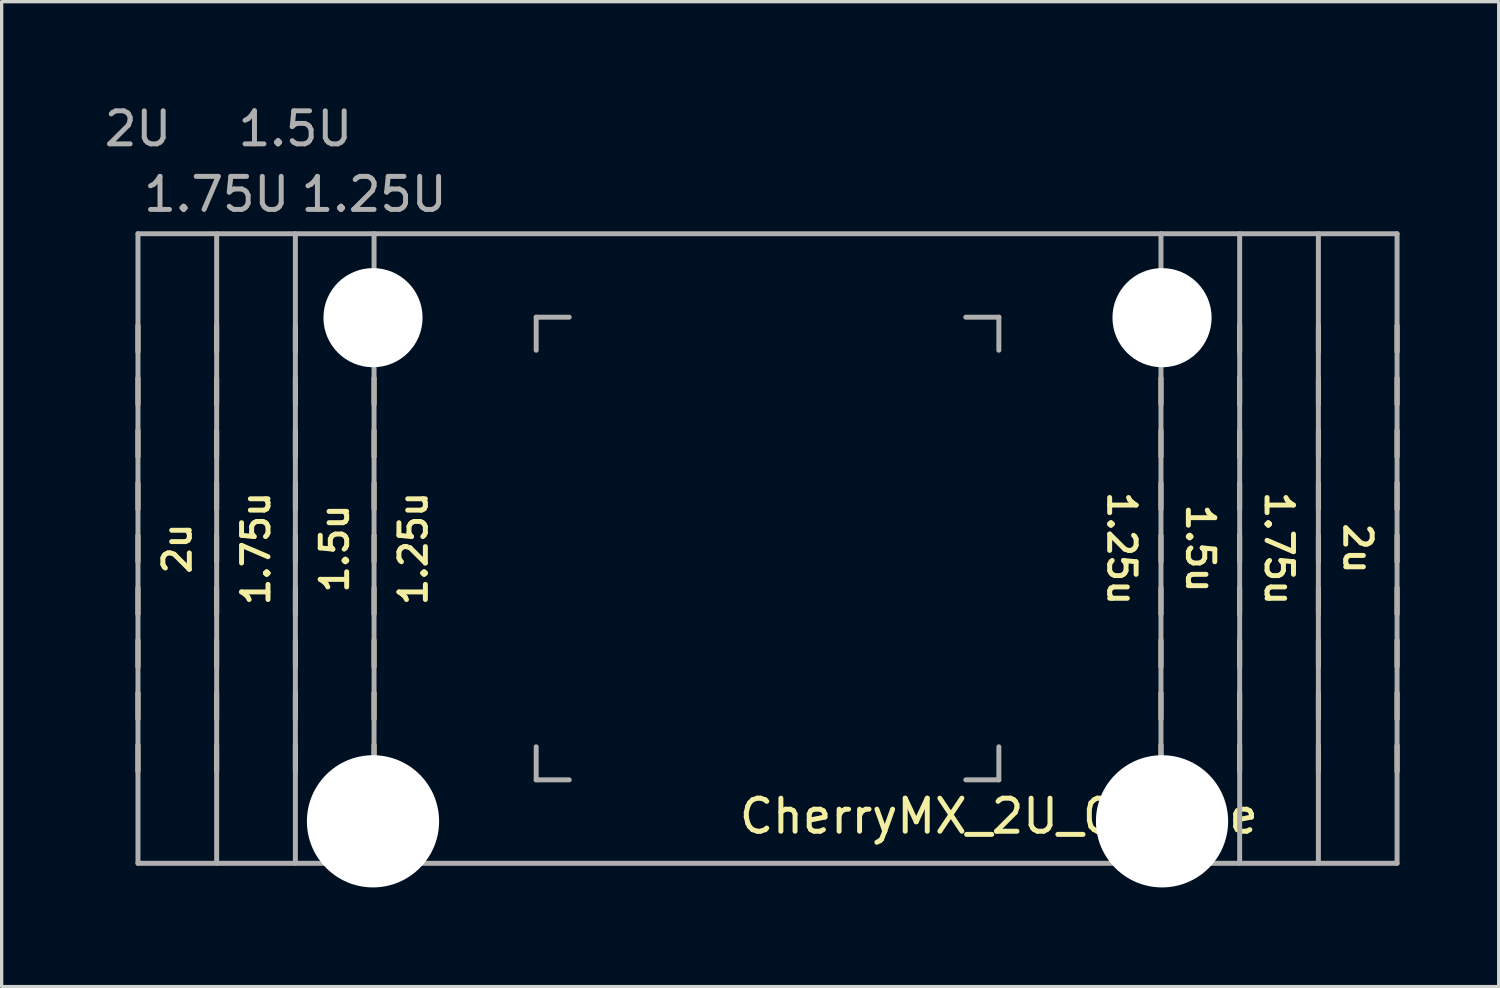
<source format=kicad_pcb>
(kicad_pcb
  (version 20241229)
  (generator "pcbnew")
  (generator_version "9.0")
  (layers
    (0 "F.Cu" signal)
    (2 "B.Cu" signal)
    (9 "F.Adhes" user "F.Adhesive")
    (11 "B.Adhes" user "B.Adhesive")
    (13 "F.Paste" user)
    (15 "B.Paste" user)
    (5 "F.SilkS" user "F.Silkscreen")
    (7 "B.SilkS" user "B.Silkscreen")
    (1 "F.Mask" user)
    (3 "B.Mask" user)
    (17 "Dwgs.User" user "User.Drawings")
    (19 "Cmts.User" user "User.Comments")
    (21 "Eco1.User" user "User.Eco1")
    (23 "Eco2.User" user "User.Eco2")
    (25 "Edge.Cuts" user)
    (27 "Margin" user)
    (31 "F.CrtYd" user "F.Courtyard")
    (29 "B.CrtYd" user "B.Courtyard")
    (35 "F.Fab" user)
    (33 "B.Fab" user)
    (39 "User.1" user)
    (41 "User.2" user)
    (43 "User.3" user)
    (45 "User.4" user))
  (footprint "CherryMX_2U_Outline"
    (layer "F.Cu")
    (at 20.175 13.548)
    (property "Reference" "CherryMX_2U_Outline" (at 7 8.1 0) (layer "F.SilkS") (effects (font (size 1 1) (thickness 0.15))))
    (attr through_hole)
    (fp_line (start -19.05 -5.953) (end -19.05 -6.747) (stroke (width 0.15) (type solid)) (layer "F.SilkS"))
    (fp_line (start -19.05 -4.366) (end -19.05 -5.159) (stroke (width 0.15) (type solid)) (layer "F.SilkS"))
    (fp_line (start -19.05 -2.778) (end -19.05 -3.572) (stroke (width 0.15) (type solid)) (layer "F.SilkS"))
    (fp_line (start -19.05 -1.191) (end -19.05 -1.984) (stroke (width 0.15) (type solid)) (layer "F.SilkS"))
    (fp_line (start -19.05 -0.397) (end -19.05 0.397) (stroke (width 0.15) (type solid)) (layer "F.SilkS"))
    (fp_line (start -19.05 1.191) (end -19.05 1.984) (stroke (width 0.15) (type solid)) (layer "F.SilkS"))
    (fp_line (start -19.05 2.778) (end -19.05 3.572) (stroke (width 0.15) (type solid)) (layer "F.SilkS"))
    (fp_line (start -19.05 4.366) (end -19.05 5.159) (stroke (width 0.15) (type solid)) (layer "F.SilkS"))
    (fp_line (start -19.05 5.953) (end -19.05 6.747) (stroke (width 0.15) (type solid)) (layer "F.SilkS"))
    (fp_line (start -16.669 -5.953) (end -16.669 -6.747) (stroke (width 0.15) (type solid)) (layer "F.SilkS"))
    (fp_line (start -16.669 -4.366) (end -16.669 -5.159) (stroke (width 0.15) (type solid)) (layer "F.SilkS"))
    (fp_line (start -16.669 -2.778) (end -16.669 -3.572) (stroke (width 0.15) (type solid)) (layer "F.SilkS"))
    (fp_line (start -16.669 -1.191) (end -16.669 -1.984) (stroke (width 0.15) (type solid)) (layer "F.SilkS"))
    (fp_line (start -16.669 -0.397) (end -16.669 0.397) (stroke (width 0.15) (type solid)) (layer "F.SilkS"))
    (fp_line (start -16.669 1.191) (end -16.669 1.984) (stroke (width 0.15) (type solid)) (layer "F.SilkS"))
    (fp_line (start -16.669 2.778) (end -16.669 3.572) (stroke (width 0.15) (type solid)) (layer "F.SilkS"))
    (fp_line (start -16.669 4.366) (end -16.669 5.159) (stroke (width 0.15) (type solid)) (layer "F.SilkS"))
    (fp_line (start -16.669 5.953) (end -16.669 6.747) (stroke (width 0.15) (type solid)) (layer "F.SilkS"))
    (fp_line (start -14.287 -5.953) (end -14.287 -6.747) (stroke (width 0.15) (type solid)) (layer "F.SilkS"))
    (fp_line (start -14.287 -4.366) (end -14.287 -5.159) (stroke (width 0.15) (type solid)) (layer "F.SilkS"))
    (fp_line (start -14.287 -2.778) (end -14.287 -3.572) (stroke (width 0.15) (type solid)) (layer "F.SilkS"))
    (fp_line (start -14.287 -1.191) (end -14.287 -1.984) (stroke (width 0.15) (type solid)) (layer "F.SilkS"))
    (fp_line (start -14.287 -0.397) (end -14.287 0.397) (stroke (width 0.15) (type solid)) (layer "F.SilkS"))
    (fp_line (start -14.287 1.191) (end -14.287 1.984) (stroke (width 0.15) (type solid)) (layer "F.SilkS"))
    (fp_line (start -14.287 2.778) (end -14.287 3.572) (stroke (width 0.15) (type solid)) (layer "F.SilkS"))
    (fp_line (start -14.287 4.366) (end -14.287 5.159) (stroke (width 0.15) (type solid)) (layer "F.SilkS"))
    (fp_line (start -14.287 5.953) (end -14.287 6.747) (stroke (width 0.15) (type solid)) (layer "F.SilkS"))
    (fp_line (start -11.906 -5.953) (end -11.906 -6.747) (stroke (width 0.15) (type solid)) (layer "F.SilkS"))
    (fp_line (start -11.906 -4.366) (end -11.906 -5.159) (stroke (width 0.15) (type solid)) (layer "F.SilkS"))
    (fp_line (start -11.906 -2.778) (end -11.906 -3.572) (stroke (width 0.15) (type solid)) (layer "F.SilkS"))
    (fp_line (start -11.906 -1.191) (end -11.906 -1.984) (stroke (width 0.15) (type solid)) (layer "F.SilkS"))
    (fp_line (start -11.906 -0.397) (end -11.906 0.397) (stroke (width 0.15) (type solid)) (layer "F.SilkS"))
    (fp_line (start -11.906 1.191) (end -11.906 1.984) (stroke (width 0.15) (type solid)) (layer "F.SilkS"))
    (fp_line (start -11.906 2.778) (end -11.906 3.572) (stroke (width 0.15) (type solid)) (layer "F.SilkS"))
    (fp_line (start -11.906 4.366) (end -11.906 5.159) (stroke (width 0.15) (type solid)) (layer "F.SilkS"))
    (fp_line (start -11.906 5.953) (end -11.906 6.747) (stroke (width 0.15) (type solid)) (layer "F.SilkS"))
    (fp_line (start 11.906 -5.953) (end 11.906 -6.747) (stroke (width 0.15) (type solid)) (layer "F.SilkS"))
    (fp_line (start 11.906 -4.366) (end 11.906 -5.159) (stroke (width 0.15) (type solid)) (layer "F.SilkS"))
    (fp_line (start 11.906 -2.778) (end 11.906 -3.572) (stroke (width 0.15) (type solid)) (layer "F.SilkS"))
    (fp_line (start 11.906 -1.191) (end 11.906 -1.984) (stroke (width 0.15) (type solid)) (layer "F.SilkS"))
    (fp_line (start 11.906 -0.397) (end 11.906 0.397) (stroke (width 0.15) (type solid)) (layer "F.SilkS"))
    (fp_line (start 11.906 1.191) (end 11.906 1.984) (stroke (width 0.15) (type solid)) (layer "F.SilkS"))
    (fp_line (start 11.906 2.778) (end 11.906 3.572) (stroke (width 0.15) (type solid)) (layer "F.SilkS"))
    (fp_line (start 11.906 4.366) (end 11.906 5.159) (stroke (width 0.15) (type solid)) (layer "F.SilkS"))
    (fp_line (start 11.906 5.953) (end 11.906 6.747) (stroke (width 0.15) (type solid)) (layer "F.SilkS"))
    (fp_line (start 14.287 -5.953) (end 14.287 -6.747) (stroke (width 0.15) (type solid)) (layer "F.SilkS"))
    (fp_line (start 14.287 -4.366) (end 14.287 -5.159) (stroke (width 0.15) (type solid)) (layer "F.SilkS"))
    (fp_line (start 14.287 -2.778) (end 14.287 -3.572) (stroke (width 0.15) (type solid)) (layer "F.SilkS"))
    (fp_line (start 14.287 -1.191) (end 14.287 -1.984) (stroke (width 0.15) (type solid)) (layer "F.SilkS"))
    (fp_line (start 14.287 -0.397) (end 14.287 0.397) (stroke (width 0.15) (type solid)) (layer "F.SilkS"))
    (fp_line (start 14.287 1.191) (end 14.287 1.984) (stroke (width 0.15) (type solid)) (layer "F.SilkS"))
    (fp_line (start 14.287 2.778) (end 14.287 3.572) (stroke (width 0.15) (type solid)) (layer "F.SilkS"))
    (fp_line (start 14.287 4.366) (end 14.287 5.159) (stroke (width 0.15) (type solid)) (layer "F.SilkS"))
    (fp_line (start 14.287 5.953) (end 14.287 6.747) (stroke (width 0.15) (type solid)) (layer "F.SilkS"))
    (fp_line (start 16.669 -5.953) (end 16.669 -6.747) (stroke (width 0.15) (type solid)) (layer "F.SilkS"))
    (fp_line (start 16.669 -4.366) (end 16.669 -5.159) (stroke (width 0.15) (type solid)) (layer "F.SilkS"))
    (fp_line (start 16.669 -2.778) (end 16.669 -3.572) (stroke (width 0.15) (type solid)) (layer "F.SilkS"))
    (fp_line (start 16.669 -1.191) (end 16.669 -1.984) (stroke (width 0.15) (type solid)) (layer "F.SilkS"))
    (fp_line (start 16.669 -0.397) (end 16.669 0.397) (stroke (width 0.15) (type solid)) (layer "F.SilkS"))
    (fp_line (start 16.669 1.191) (end 16.669 1.984) (stroke (width 0.15) (type solid)) (layer "F.SilkS"))
    (fp_line (start 16.669 2.778) (end 16.669 3.572) (stroke (width 0.15) (type solid)) (layer "F.SilkS"))
    (fp_line (start 16.669 4.366) (end 16.669 5.159) (stroke (width 0.15) (type solid)) (layer "F.SilkS"))
    (fp_line (start 16.669 5.953) (end 16.669 6.747) (stroke (width 0.15) (type solid)) (layer "F.SilkS"))
    (fp_line (start 19.05 -5.953) (end 19.05 -6.747) (stroke (width 0.15) (type solid)) (layer "F.SilkS"))
    (fp_line (start 19.05 -4.366) (end 19.05 -5.159) (stroke (width 0.15) (type solid)) (layer "F.SilkS"))
    (fp_line (start 19.05 -2.778) (end 19.05 -3.572) (stroke (width 0.15) (type solid)) (layer "F.SilkS"))
    (fp_line (start 19.05 -1.191) (end 19.05 -1.984) (stroke (width 0.15) (type solid)) (layer "F.SilkS"))
    (fp_line (start 19.05 -0.397) (end 19.05 0.397) (stroke (width 0.15) (type solid)) (layer "F.SilkS"))
    (fp_line (start 19.05 1.191) (end 19.05 1.984) (stroke (width 0.15) (type solid)) (layer "F.SilkS"))
    (fp_line (start 19.05 2.778) (end 19.05 3.572) (stroke (width 0.15) (type solid)) (layer "F.SilkS"))
    (fp_line (start 19.05 4.366) (end 19.05 5.159) (stroke (width 0.15) (type solid)) (layer "F.SilkS"))
    (fp_line (start 19.05 5.953) (end 19.05 6.747) (stroke (width 0.15) (type solid)) (layer "F.SilkS"))
    (fp_line (start -19.05 -9.525) (end -19.05 9.525) (stroke (width 0.15) (type solid)) (layer "F.Fab"))
    (fp_line (start -19.05 -9.525) (end 19.05 -9.525) (stroke (width 0.15) (type solid)) (layer "F.Fab"))
    (fp_line (start -19.05 9.525) (end 19.05 9.525) (stroke (width 0.15) (type solid)) (layer "F.Fab"))
    (fp_line (start -16.669 -9.525) (end -16.669 9.525) (stroke (width 0.15) (type solid)) (layer "F.Fab"))
    (fp_line (start -14.287 -9.525) (end -14.287 9.525) (stroke (width 0.15) (type solid)) (layer "F.Fab"))
    (fp_line (start -11.906 -9.525) (end -11.906 9.525) (stroke (width 0.15) (type solid)) (layer "F.Fab"))
    (fp_line (start -7 -7) (end -7 -6) (stroke (width 0.15) (type solid)) (layer "F.Fab"))
    (fp_line (start -7 6) (end -7 7) (stroke (width 0.15) (type solid)) (layer "F.Fab"))
    (fp_line (start -7 7) (end -6 7) (stroke (width 0.15) (type solid)) (layer "F.Fab"))
    (fp_line (start -6 -7) (end -7 -7) (stroke (width 0.15) (type solid)) (layer "F.Fab"))
    (fp_line (start 6 -7) (end 7 -7) (stroke (width 0.15) (type solid)) (layer "F.Fab"))
    (fp_line (start 6 7) (end 7 7) (stroke (width 0.15) (type solid)) (layer "F.Fab"))
    (fp_line (start 7 -7) (end 7 -6) (stroke (width 0.15) (type solid)) (layer "F.Fab"))
    (fp_line (start 7 7) (end 7 6) (stroke (width 0.15) (type solid)) (layer "F.Fab"))
    (fp_line (start 11.906 -9.525) (end 11.906 9.525) (stroke (width 0.15) (type solid)) (layer "F.Fab"))
    (fp_line (start 14.287 -9.525) (end 14.287 9.525) (stroke (width 0.15) (type solid)) (layer "F.Fab"))
    (fp_line (start 16.669 -9.525) (end 16.669 9.525) (stroke (width 0.15) (type solid)) (layer "F.Fab"))
    (fp_line (start 19.05 -9.525) (end 19.05 9.525) (stroke (width 0.15) (type solid)) (layer "F.Fab"))
    (fp_text user "1.75u" (at -15.478 0 90) (unlocked yes) (layer "F.SilkS") (effects (font (size 0.8 0.8) (thickness 0.15))))
    (fp_text user "1.75u" (at 15.478 0 270) (unlocked yes) (layer "F.SilkS") (effects (font (size 0.8 0.8) (thickness 0.15))))
    (fp_text user "2u" (at -17.859 0 90) (unlocked yes) (layer "F.SilkS") (effects (font (size 0.8 0.8) (thickness 0.15))))
    (fp_text user "1.25u" (at -10.716 0 90) (unlocked yes) (layer "F.SilkS") (effects (font (size 0.8 0.8) (thickness 0.15))))
    (fp_text user "1.25u" (at 10.716 0 270) (unlocked yes) (layer "F.SilkS") (effects (font (size 0.8 0.8) (thickness 0.15))))
    (fp_text user "2u" (at 17.859 0 270) (unlocked yes) (layer "F.SilkS") (effects (font (size 0.8 0.8) (thickness 0.15))))
    (fp_text user "1.5u" (at 13.097 0 270) (unlocked yes) (layer "F.SilkS") (effects (font (size 0.8 0.8) (thickness 0.15))))
    (fp_text user "1.5u" (at -13.097 0 90) (unlocked yes) (layer "F.SilkS") (effects (font (size 0.8 0.8) (thickness 0.15))))
    (fp_text user "1.75U" (at -16.669 -10.716 0) (layer "F.Fab") (effects (font (size 1 1) (thickness 0.15))))
    (fp_text user "1.25U" (at -11.906 -10.716 0) (layer "F.Fab") (effects (font (size 1 1) (thickness 0.15))))
    (fp_text user "1.5U" (at -14.287 -12.7 0) (layer "F.Fab") (effects (font (size 1 1) (thickness 0.15))))
    (fp_text user "2U" (at -19.05 -12.7 0) (layer "F.Fab") (effects (font (size 1 1) (thickness 0.15))))
    (pad "" np_thru_hole circle (at -11.938 -6.985) (size 3 3) (drill 3) (layers "*.Cu" "*.Mask"))
    (pad "" np_thru_hole circle (at -11.938 8.255) (size 4 4) (drill 4) (layers "*.Cu" "*.Mask"))
    (pad "" np_thru_hole circle (at 11.938 -6.985) (size 3 3) (drill 3) (layers "*.Cu" "*.Mask"))
    (pad "" np_thru_hole circle (at 11.938 8.255) (size 4 4) (drill 4) (layers "*.Cu" "*.Mask")))
  (gr_rect
    (start -3 -3)
    (end 42.3 26.803)
    (stroke (width 0.1) (type default))
    (fill no)
    (layer "Edge.Cuts")))
</source>
